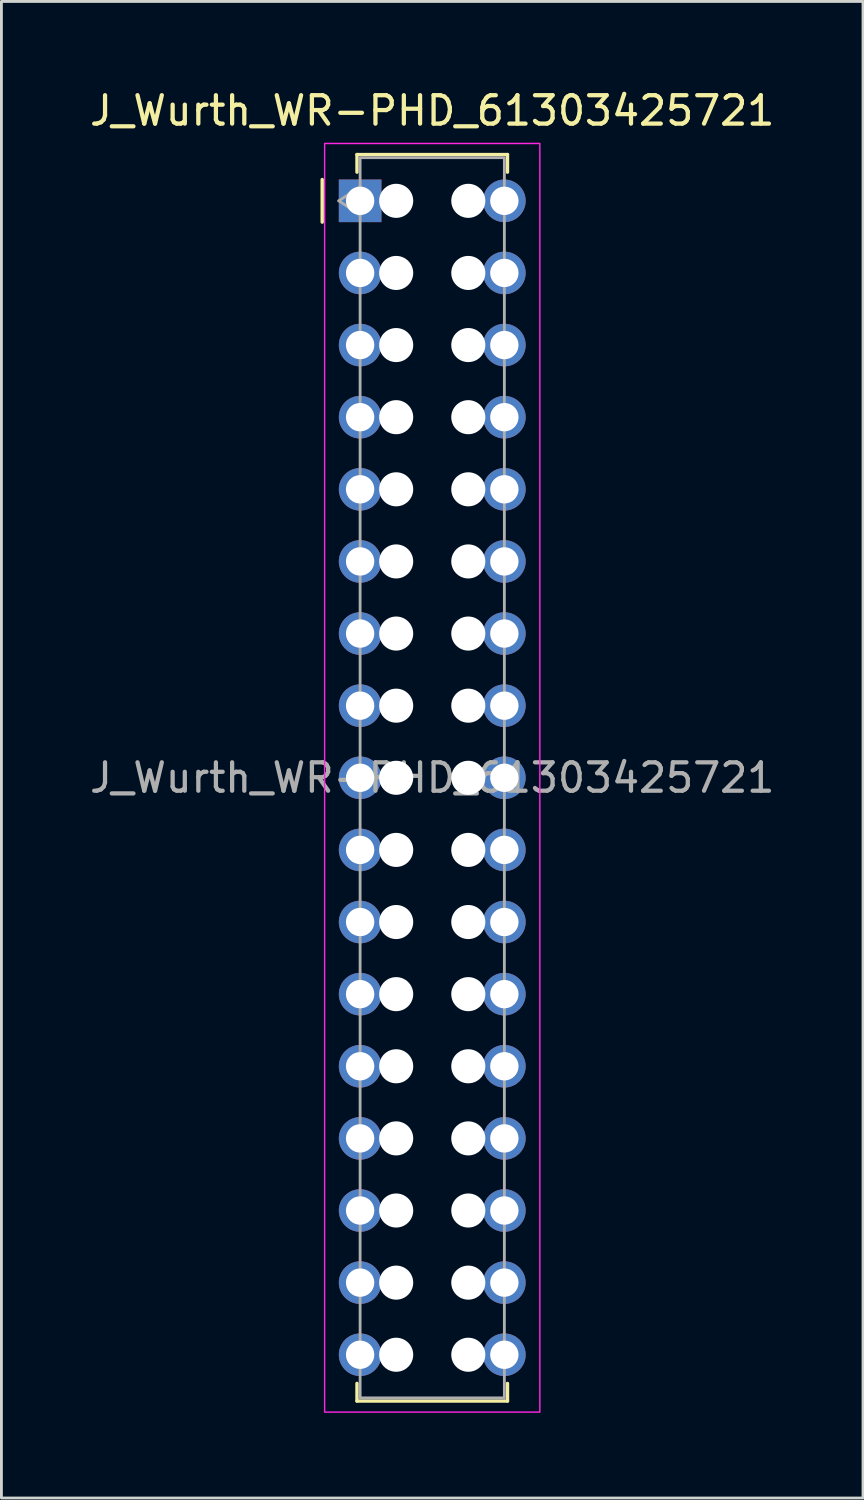
<source format=kicad_pcb>
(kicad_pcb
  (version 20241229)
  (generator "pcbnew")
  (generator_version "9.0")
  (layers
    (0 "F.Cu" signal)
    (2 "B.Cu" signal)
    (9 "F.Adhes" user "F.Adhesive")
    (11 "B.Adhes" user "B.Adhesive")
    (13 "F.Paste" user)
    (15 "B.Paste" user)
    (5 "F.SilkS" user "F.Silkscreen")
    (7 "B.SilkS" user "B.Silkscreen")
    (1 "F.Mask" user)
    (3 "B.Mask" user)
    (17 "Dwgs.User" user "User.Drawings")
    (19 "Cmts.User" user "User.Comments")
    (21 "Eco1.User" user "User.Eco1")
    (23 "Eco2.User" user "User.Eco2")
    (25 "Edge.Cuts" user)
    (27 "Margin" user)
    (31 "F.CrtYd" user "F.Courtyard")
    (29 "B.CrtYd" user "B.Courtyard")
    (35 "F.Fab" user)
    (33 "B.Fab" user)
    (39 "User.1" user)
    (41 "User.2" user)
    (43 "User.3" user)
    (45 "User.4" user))
  (footprint "J_Wurth_WR-PHD_61303425721"
    (layer "F.Cu")
    (at 9.633 4.023)
    (property "Reference" "J_Wurth_WR-PHD_61303425721" (at 2.54 -3.175 0) (unlocked yes) (layer "F.SilkS") (effects (font (size 1 1) (thickness 0.15))))
    (attr through_hole)
    (fp_line (start -1.335 -0.75) (end -1.335 0.75) (stroke (width 0.12) (type solid)) (layer "F.SilkS"))
    (fp_line (start -0.11 -1.63) (end -0.11 -1.01) (stroke (width 0.12) (type solid)) (layer "F.SilkS"))
    (fp_line (start -0.11 42.27) (end -0.11 41.65) (stroke (width 0.12) (type solid)) (layer "F.SilkS"))
    (fp_line (start 5.19 -1.63) (end -0.11 -1.63) (stroke (width 0.12) (type solid)) (layer "F.SilkS"))
    (fp_line (start 5.19 -1.63) (end 5.19 -1.01) (stroke (width 0.12) (type solid)) (layer "F.SilkS"))
    (fp_line (start 5.19 42.27) (end -0.11 42.27) (stroke (width 0.12) (type solid)) (layer "F.SilkS"))
    (fp_line (start 5.19 42.27) (end 5.19 41.65) (stroke (width 0.12) (type solid)) (layer "F.SilkS"))
    (fp_rect (start -1.25 -2.02) (end 6.33 42.66) (stroke (width 0.05) (type solid)) (fill no) (layer "F.CrtYd"))
    (fp_line (start -0.75 0) (end 0 -0.5) (stroke (width 0.1) (type solid)) (layer "F.Fab"))
    (fp_line (start 0 0.5) (end -0.75 0) (stroke (width 0.1) (type solid)) (layer "F.Fab"))
    (fp_rect (start 0 -1.52) (end 5.08 42.16) (stroke (width 0.1) (type solid)) (fill no) (layer "F.Fab"))
    (fp_text user "${REFERENCE}" (at 2.54 20.32 0) (unlocked yes) (layer "F.Fab") (effects (font (size 1 1) (thickness 0.15))))
    (pad "" np_thru_hole circle (at 1.27 0 270) (size 1.2 1.2) (drill 1.2) (layers "*.Cu" "*.Mask"))
    (pad "" np_thru_hole circle (at 1.27 2.54 270) (size 1.2 1.2) (drill 1.2) (layers "*.Cu" "*.Mask"))
    (pad "" np_thru_hole circle (at 1.27 5.08 270) (size 1.2 1.2) (drill 1.2) (layers "*.Cu" "*.Mask"))
    (pad "" np_thru_hole circle (at 1.27 7.62 270) (size 1.2 1.2) (drill 1.2) (layers "*.Cu" "*.Mask"))
    (pad "" np_thru_hole circle (at 1.27 10.16 270) (size 1.2 1.2) (drill 1.2) (layers "*.Cu" "*.Mask"))
    (pad "" np_thru_hole circle (at 1.27 12.7 270) (size 1.2 1.2) (drill 1.2) (layers "*.Cu" "*.Mask"))
    (pad "" np_thru_hole circle (at 1.27 15.24 270) (size 1.2 1.2) (drill 1.2) (layers "*.Cu" "*.Mask"))
    (pad "" np_thru_hole circle (at 1.27 17.78 270) (size 1.2 1.2) (drill 1.2) (layers "*.Cu" "*.Mask"))
    (pad "" np_thru_hole circle (at 1.27 20.32 270) (size 1.2 1.2) (drill 1.2) (layers "*.Cu" "*.Mask"))
    (pad "" np_thru_hole circle (at 1.27 22.86 270) (size 1.2 1.2) (drill 1.2) (layers "*.Cu" "*.Mask"))
    (pad "" np_thru_hole circle (at 1.27 25.4 270) (size 1.2 1.2) (drill 1.2) (layers "*.Cu" "*.Mask"))
    (pad "" np_thru_hole circle (at 1.27 27.94 270) (size 1.2 1.2) (drill 1.2) (layers "*.Cu" "*.Mask"))
    (pad "" np_thru_hole circle (at 1.27 30.48 270) (size 1.2 1.2) (drill 1.2) (layers "*.Cu" "*.Mask"))
    (pad "" np_thru_hole circle (at 1.27 33.02 270) (size 1.2 1.2) (drill 1.2) (layers "*.Cu" "*.Mask"))
    (pad "" np_thru_hole circle (at 1.27 35.56 270) (size 1.2 1.2) (drill 1.2) (layers "*.Cu" "*.Mask"))
    (pad "" np_thru_hole circle (at 1.27 38.1 270) (size 1.2 1.2) (drill 1.2) (layers "*.Cu" "*.Mask"))
    (pad "" np_thru_hole circle (at 1.27 40.64 270) (size 1.2 1.2) (drill 1.2) (layers "*.Cu" "*.Mask"))
    (pad "" np_thru_hole circle (at 3.81 0 270) (size 1.2 1.2) (drill 1.2) (layers "*.Cu" "*.Mask"))
    (pad "" np_thru_hole circle (at 3.81 2.54 270) (size 1.2 1.2) (drill 1.2) (layers "*.Cu" "*.Mask"))
    (pad "" np_thru_hole circle (at 3.81 5.08 270) (size 1.2 1.2) (drill 1.2) (layers "*.Cu" "*.Mask"))
    (pad "" np_thru_hole circle (at 3.81 7.62 270) (size 1.2 1.2) (drill 1.2) (layers "*.Cu" "*.Mask"))
    (pad "" np_thru_hole circle (at 3.81 10.16 270) (size 1.2 1.2) (drill 1.2) (layers "*.Cu" "*.Mask"))
    (pad "" np_thru_hole circle (at 3.81 12.7 270) (size 1.2 1.2) (drill 1.2) (layers "*.Cu" "*.Mask"))
    (pad "" np_thru_hole circle (at 3.81 15.24 270) (size 1.2 1.2) (drill 1.2) (layers "*.Cu" "*.Mask"))
    (pad "" np_thru_hole circle (at 3.81 17.78 270) (size 1.2 1.2) (drill 1.2) (layers "*.Cu" "*.Mask"))
    (pad "" np_thru_hole circle (at 3.81 20.32 270) (size 1.2 1.2) (drill 1.2) (layers "*.Cu" "*.Mask"))
    (pad "" np_thru_hole circle (at 3.81 22.86 270) (size 1.2 1.2) (drill 1.2) (layers "*.Cu" "*.Mask"))
    (pad "" np_thru_hole circle (at 3.81 25.4 270) (size 1.2 1.2) (drill 1.2) (layers "*.Cu" "*.Mask"))
    (pad "" np_thru_hole circle (at 3.81 27.94 270) (size 1.2 1.2) (drill 1.2) (layers "*.Cu" "*.Mask"))
    (pad "" np_thru_hole circle (at 3.81 30.48 270) (size 1.2 1.2) (drill 1.2) (layers "*.Cu" "*.Mask"))
    (pad "" np_thru_hole circle (at 3.81 33.02 270) (size 1.2 1.2) (drill 1.2) (layers "*.Cu" "*.Mask"))
    (pad "" np_thru_hole circle (at 3.81 35.56 270) (size 1.2 1.2) (drill 1.2) (layers "*.Cu" "*.Mask"))
    (pad "" np_thru_hole circle (at 3.81 38.1 270) (size 1.2 1.2) (drill 1.2) (layers "*.Cu" "*.Mask"))
    (pad "" np_thru_hole circle (at 3.81 40.64 270) (size 1.2 1.2) (drill 1.2) (layers "*.Cu" "*.Mask"))
    (pad "1" thru_hole rect (at 0 0 270) (size 1.5 1.5) (drill 1) (layers "*.Cu" "*.Mask"))
    (pad "2" thru_hole circle (at 5.08 0 270) (size 1.5 1.5) (drill 1) (layers "*.Cu" "*.Mask"))
    (pad "3" thru_hole circle (at 0 2.54 270) (size 1.5 1.5) (drill 1) (layers "*.Cu" "*.Mask"))
    (pad "4" thru_hole circle (at 5.08 2.54 270) (size 1.5 1.5) (drill 1) (layers "*.Cu" "*.Mask"))
    (pad "5" thru_hole circle (at 0 5.08 270) (size 1.5 1.5) (drill 1) (layers "*.Cu" "*.Mask"))
    (pad "6" thru_hole circle (at 5.08 5.08 270) (size 1.5 1.5) (drill 1) (layers "*.Cu" "*.Mask"))
    (pad "7" thru_hole circle (at 0 7.62 270) (size 1.5 1.5) (drill 1) (layers "*.Cu" "*.Mask"))
    (pad "8" thru_hole circle (at 5.08 7.62 270) (size 1.5 1.5) (drill 1) (layers "*.Cu" "*.Mask"))
    (pad "9" thru_hole circle (at 0 10.16 270) (size 1.5 1.5) (drill 1) (layers "*.Cu" "*.Mask"))
    (pad "10" thru_hole circle (at 5.08 10.16 270) (size 1.5 1.5) (drill 1) (layers "*.Cu" "*.Mask"))
    (pad "11" thru_hole circle (at 0 12.7 270) (size 1.5 1.5) (drill 1) (layers "*.Cu" "*.Mask"))
    (pad "12" thru_hole circle (at 5.08 12.7 270) (size 1.5 1.5) (drill 1) (layers "*.Cu" "*.Mask"))
    (pad "13" thru_hole circle (at 0 15.24 270) (size 1.5 1.5) (drill 1) (layers "*.Cu" "*.Mask"))
    (pad "14" thru_hole circle (at 5.08 15.24 270) (size 1.5 1.5) (drill 1) (layers "*.Cu" "*.Mask"))
    (pad "15" thru_hole circle (at 0 17.78 270) (size 1.5 1.5) (drill 1) (layers "*.Cu" "*.Mask"))
    (pad "16" thru_hole circle (at 5.08 17.78 270) (size 1.5 1.5) (drill 1) (layers "*.Cu" "*.Mask"))
    (pad "17" thru_hole circle (at 0 20.32 270) (size 1.5 1.5) (drill 1) (layers "*.Cu" "*.Mask"))
    (pad "18" thru_hole circle (at 5.08 20.32 270) (size 1.5 1.5) (drill 1) (layers "*.Cu" "*.Mask"))
    (pad "19" thru_hole circle (at 0 22.86 270) (size 1.5 1.5) (drill 1) (layers "*.Cu" "*.Mask"))
    (pad "20" thru_hole circle (at 5.08 22.86 270) (size 1.5 1.5) (drill 1) (layers "*.Cu" "*.Mask"))
    (pad "21" thru_hole circle (at 0 25.4 270) (size 1.5 1.5) (drill 1) (layers "*.Cu" "*.Mask"))
    (pad "22" thru_hole circle (at 5.08 25.4 270) (size 1.5 1.5) (drill 1) (layers "*.Cu" "*.Mask"))
    (pad "23" thru_hole circle (at 0 27.94 270) (size 1.5 1.5) (drill 1) (layers "*.Cu" "*.Mask"))
    (pad "24" thru_hole circle (at 5.08 27.94 270) (size 1.5 1.5) (drill 1) (layers "*.Cu" "*.Mask"))
    (pad "25" thru_hole circle (at 0 30.48 270) (size 1.5 1.5) (drill 1) (layers "*.Cu" "*.Mask"))
    (pad "26" thru_hole circle (at 5.08 30.48 270) (size 1.5 1.5) (drill 1) (layers "*.Cu" "*.Mask"))
    (pad "27" thru_hole circle (at 0 33.02 270) (size 1.5 1.5) (drill 1) (layers "*.Cu" "*.Mask"))
    (pad "28" thru_hole circle (at 5.08 33.02 270) (size 1.5 1.5) (drill 1) (layers "*.Cu" "*.Mask"))
    (pad "29" thru_hole circle (at 0 35.56 270) (size 1.5 1.5) (drill 1) (layers "*.Cu" "*.Mask"))
    (pad "30" thru_hole circle (at 5.08 35.56 270) (size 1.5 1.5) (drill 1) (layers "*.Cu" "*.Mask"))
    (pad "31" thru_hole circle (at 0 38.1 270) (size 1.5 1.5) (drill 1) (layers "*.Cu" "*.Mask"))
    (pad "32" thru_hole circle (at 0 40.64 270) (size 1.5 1.5) (drill 1) (layers "*.Cu" "*.Mask"))
    (pad "32" thru_hole circle (at 5.08 38.1 270) (size 1.5 1.5) (drill 1) (layers "*.Cu" "*.Mask"))
    (pad "32" thru_hole circle (at 5.08 40.64 270) (size 1.5 1.5) (drill 1) (layers "*.Cu" "*.Mask")))
  (gr_rect
    (start -3 -3)
    (end 27.345 49.708)
    (stroke (width 0.1) (type default))
    (fill no)
    (layer "Edge.Cuts")))
</source>
